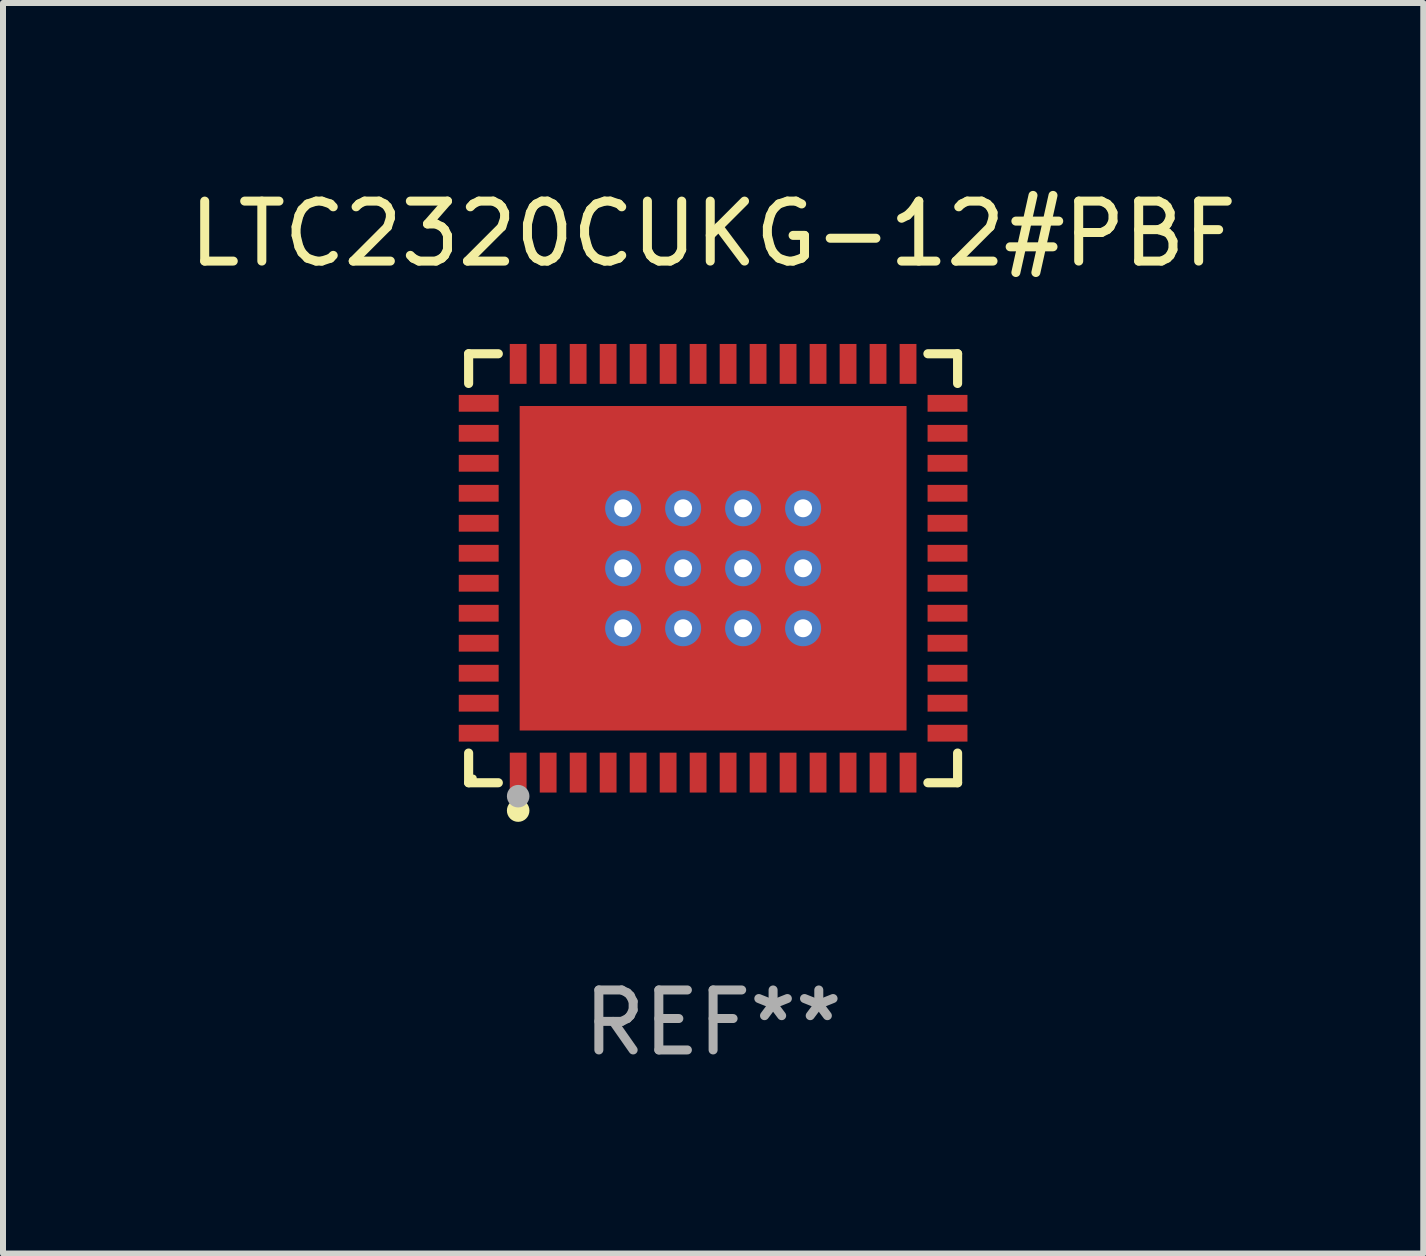
<source format=kicad_pcb>
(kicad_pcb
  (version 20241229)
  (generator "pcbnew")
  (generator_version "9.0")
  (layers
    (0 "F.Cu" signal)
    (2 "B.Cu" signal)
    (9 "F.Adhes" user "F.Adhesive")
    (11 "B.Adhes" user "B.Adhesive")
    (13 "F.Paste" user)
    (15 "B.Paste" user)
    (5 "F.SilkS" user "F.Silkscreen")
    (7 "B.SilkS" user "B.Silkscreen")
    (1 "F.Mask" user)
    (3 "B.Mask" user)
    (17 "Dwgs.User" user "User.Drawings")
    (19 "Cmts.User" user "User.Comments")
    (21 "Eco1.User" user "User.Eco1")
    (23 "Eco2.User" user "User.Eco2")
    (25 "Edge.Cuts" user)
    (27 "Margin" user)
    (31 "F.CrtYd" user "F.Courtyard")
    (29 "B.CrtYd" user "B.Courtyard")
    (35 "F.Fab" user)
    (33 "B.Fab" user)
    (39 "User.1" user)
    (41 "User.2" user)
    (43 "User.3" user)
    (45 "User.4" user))
  (footprint "LTC2320CUKG-12#PBF"
    (layer "F.Cu")
    (at 8.839 6.424)
    (property "Reference" "LTC2320CUKG-12#PBF" (at 0 -5.576 0) (layer "F.SilkS") (effects (font (size 1 1) (thickness 0.15))))
    (attr through_hole)
    (fp_line (start -4.076 -3.576) (end -3.581 -3.576) (stroke (width 0.152) (type solid)) (layer "F.SilkS"))
    (fp_line (start -4.076 -3.081) (end -4.076 -3.576) (stroke (width 0.152) (type solid)) (layer "F.SilkS"))
    (fp_line (start -4.076 3.081) (end -4.076 3.576) (stroke (width 0.152) (type solid)) (layer "F.SilkS"))
    (fp_line (start -4.076 3.576) (end -3.581 3.576) (stroke (width 0.152) (type solid)) (layer "F.SilkS"))
    (fp_line (start 4.076 -3.576) (end 3.581 -3.576) (stroke (width 0.152) (type solid)) (layer "F.SilkS"))
    (fp_line (start 4.076 -3.081) (end 4.076 -3.576) (stroke (width 0.152) (type solid)) (layer "F.SilkS"))
    (fp_line (start 4.076 3.081) (end 4.076 3.576) (stroke (width 0.152) (type solid)) (layer "F.SilkS"))
    (fp_line (start 4.076 3.576) (end 3.581 3.576) (stroke (width 0.152) (type solid)) (layer "F.SilkS"))
    (fp_circle (center -4 3.5) (end -3.97 3.5) (stroke (width 0.06) (type solid)) (fill no) (layer "F.SilkS"))
    (fp_circle (center -3.25 4.04) (end -3.156 4.04) (stroke (width 0.188) (type solid)) (fill no) (layer "F.SilkS"))
    (fp_circle (center -3.25 3.8) (end -3.156 3.8) (stroke (width 0.188) (type solid)) (fill no) (layer "F.Fab"))
    (fp_text user "REF**" (at 0 7.576 0) (layer "F.Fab") (effects (font (size 1 1) (thickness 0.15))))
    (pad "1" smd rect (at -3.25 3.407) (size 0.28 0.665) (layers "F.Cu" "F.Mask" "F.Paste"))
    (pad "2" smd rect (at -2.75 3.407) (size 0.28 0.665) (layers "F.Cu" "F.Mask" "F.Paste"))
    (pad "3" smd rect (at -2.25 3.407) (size 0.28 0.665) (layers "F.Cu" "F.Mask" "F.Paste"))
    (pad "4" smd rect (at -1.75 3.407) (size 0.28 0.665) (layers "F.Cu" "F.Mask" "F.Paste"))
    (pad "5" smd rect (at -1.25 3.407) (size 0.28 0.665) (layers "F.Cu" "F.Mask" "F.Paste"))
    (pad "6" smd rect (at -0.75 3.407) (size 0.28 0.665) (layers "F.Cu" "F.Mask" "F.Paste"))
    (pad "7" smd rect (at -0.25 3.407) (size 0.28 0.665) (layers "F.Cu" "F.Mask" "F.Paste"))
    (pad "8" smd rect (at 0.25 3.407) (size 0.28 0.665) (layers "F.Cu" "F.Mask" "F.Paste"))
    (pad "9" smd rect (at 0.75 3.407) (size 0.28 0.665) (layers "F.Cu" "F.Mask" "F.Paste"))
    (pad "10" smd rect (at 1.25 3.407) (size 0.28 0.665) (layers "F.Cu" "F.Mask" "F.Paste"))
    (pad "11" smd rect (at 1.75 3.407) (size 0.28 0.665) (layers "F.Cu" "F.Mask" "F.Paste"))
    (pad "12" smd rect (at 2.25 3.407) (size 0.28 0.665) (layers "F.Cu" "F.Mask" "F.Paste"))
    (pad "13" smd rect (at 2.75 3.407) (size 0.28 0.665) (layers "F.Cu" "F.Mask" "F.Paste"))
    (pad "14" smd rect (at 3.25 3.407) (size 0.28 0.665) (layers "F.Cu" "F.Mask" "F.Paste"))
    (pad "15" smd rect (at 3.908 2.75) (size 0.665 0.28) (layers "F.Cu" "F.Mask" "F.Paste"))
    (pad "16" smd rect (at 3.908 2.25) (size 0.665 0.28) (layers "F.Cu" "F.Mask" "F.Paste"))
    (pad "17" smd rect (at 3.908 1.75) (size 0.665 0.28) (layers "F.Cu" "F.Mask" "F.Paste"))
    (pad "18" smd rect (at 3.908 1.25) (size 0.665 0.28) (layers "F.Cu" "F.Mask" "F.Paste"))
    (pad "19" smd rect (at 3.908 0.75) (size 0.665 0.28) (layers "F.Cu" "F.Mask" "F.Paste"))
    (pad "20" smd rect (at 3.908 0.25) (size 0.665 0.28) (layers "F.Cu" "F.Mask" "F.Paste"))
    (pad "21" smd rect (at 3.908 -0.25) (size 0.665 0.28) (layers "F.Cu" "F.Mask" "F.Paste"))
    (pad "22" smd rect (at 3.908 -0.75) (size 0.665 0.28) (layers "F.Cu" "F.Mask" "F.Paste"))
    (pad "23" smd rect (at 3.908 -1.25) (size 0.665 0.28) (layers "F.Cu" "F.Mask" "F.Paste"))
    (pad "24" smd rect (at 3.908 -1.75) (size 0.665 0.28) (layers "F.Cu" "F.Mask" "F.Paste"))
    (pad "25" smd rect (at 3.908 -2.25) (size 0.665 0.28) (layers "F.Cu" "F.Mask" "F.Paste"))
    (pad "26" smd rect (at 3.908 -2.75) (size 0.665 0.28) (layers "F.Cu" "F.Mask" "F.Paste"))
    (pad "27" smd rect (at 3.25 -3.407) (size 0.28 0.665) (layers "F.Cu" "F.Mask" "F.Paste"))
    (pad "28" smd rect (at 2.75 -3.407) (size 0.28 0.665) (layers "F.Cu" "F.Mask" "F.Paste"))
    (pad "29" smd rect (at 2.25 -3.407) (size 0.28 0.665) (layers "F.Cu" "F.Mask" "F.Paste"))
    (pad "30" smd rect (at 1.75 -3.407) (size 0.28 0.665) (layers "F.Cu" "F.Mask" "F.Paste"))
    (pad "31" smd rect (at 1.25 -3.407) (size 0.28 0.665) (layers "F.Cu" "F.Mask" "F.Paste"))
    (pad "32" smd rect (at 0.75 -3.407) (size 0.28 0.665) (layers "F.Cu" "F.Mask" "F.Paste"))
    (pad "33" smd rect (at 0.25 -3.407) (size 0.28 0.665) (layers "F.Cu" "F.Mask" "F.Paste"))
    (pad "34" smd rect (at -0.25 -3.407) (size 0.28 0.665) (layers "F.Cu" "F.Mask" "F.Paste"))
    (pad "35" smd rect (at -0.75 -3.407) (size 0.28 0.665) (layers "F.Cu" "F.Mask" "F.Paste"))
    (pad "36" smd rect (at -1.25 -3.407) (size 0.28 0.665) (layers "F.Cu" "F.Mask" "F.Paste"))
    (pad "37" smd rect (at -1.75 -3.407) (size 0.28 0.665) (layers "F.Cu" "F.Mask" "F.Paste"))
    (pad "38" smd rect (at -2.25 -3.407) (size 0.28 0.665) (layers "F.Cu" "F.Mask" "F.Paste"))
    (pad "39" smd rect (at -2.75 -3.407) (size 0.28 0.665) (layers "F.Cu" "F.Mask" "F.Paste"))
    (pad "40" smd rect (at -3.25 -3.407) (size 0.28 0.665) (layers "F.Cu" "F.Mask" "F.Paste"))
    (pad "41" smd rect (at -3.908 -2.75) (size 0.665 0.28) (layers "F.Cu" "F.Mask" "F.Paste"))
    (pad "42" smd rect (at -3.908 -2.25) (size 0.665 0.28) (layers "F.Cu" "F.Mask" "F.Paste"))
    (pad "43" smd rect (at -3.908 -1.75) (size 0.665 0.28) (layers "F.Cu" "F.Mask" "F.Paste"))
    (pad "44" smd rect (at -3.908 -1.25) (size 0.665 0.28) (layers "F.Cu" "F.Mask" "F.Paste"))
    (pad "45" smd rect (at -3.908 -0.75) (size 0.665 0.28) (layers "F.Cu" "F.Mask" "F.Paste"))
    (pad "46" smd rect (at -3.908 -0.25) (size 0.665 0.28) (layers "F.Cu" "F.Mask" "F.Paste"))
    (pad "47" smd rect (at -3.908 0.25) (size 0.665 0.28) (layers "F.Cu" "F.Mask" "F.Paste"))
    (pad "48" smd rect (at -3.908 0.75) (size 0.665 0.28) (layers "F.Cu" "F.Mask" "F.Paste"))
    (pad "49" smd rect (at -3.908 1.25) (size 0.665 0.28) (layers "F.Cu" "F.Mask" "F.Paste"))
    (pad "50" smd rect (at -3.908 1.75) (size 0.665 0.28) (layers "F.Cu" "F.Mask" "F.Paste"))
    (pad "51" smd rect (at -3.908 2.25) (size 0.665 0.28) (layers "F.Cu" "F.Mask" "F.Paste"))
    (pad "52" smd rect (at -3.908 2.75) (size 0.665 0.28) (layers "F.Cu" "F.Mask" "F.Paste"))
    (pad "53" thru_hole circle (at -1.5 -1) (size 0.6 0.6) (drill 0.3) (layers "*.Cu" "*.Mask"))
    (pad "53" thru_hole circle (at -1.5 0) (size 0.6 0.6) (drill 0.3) (layers "*.Cu" "*.Mask"))
    (pad "53" thru_hole circle (at -1.5 1) (size 0.6 0.6) (drill 0.3) (layers "*.Cu" "*.Mask"))
    (pad "53" thru_hole circle (at -0.5 -1) (size 0.6 0.6) (drill 0.3) (layers "*.Cu" "*.Mask"))
    (pad "53" thru_hole circle (at -0.5 0) (size 0.6 0.6) (drill 0.3) (layers "*.Cu" "*.Mask"))
    (pad "53" thru_hole circle (at -0.5 1) (size 0.6 0.6) (drill 0.3) (layers "*.Cu" "*.Mask"))
    (pad "53" smd rect (at 0 0) (size 6.45 5.41) (layers "F.Cu" "F.Mask" "F.Paste"))
    (pad "53" thru_hole circle (at 0.5 -1) (size 0.6 0.6) (drill 0.3) (layers "*.Cu" "*.Mask"))
    (pad "53" thru_hole circle (at 0.5 0) (size 0.6 0.6) (drill 0.3) (layers "*.Cu" "*.Mask"))
    (pad "53" thru_hole circle (at 0.5 1) (size 0.6 0.6) (drill 0.3) (layers "*.Cu" "*.Mask"))
    (pad "53" thru_hole circle (at 1.5 -1) (size 0.6 0.6) (drill 0.3) (layers "*.Cu" "*.Mask"))
    (pad "53" thru_hole circle (at 1.5 0) (size 0.6 0.6) (drill 0.3) (layers "*.Cu" "*.Mask"))
    (pad "53" thru_hole circle (at 1.5 1) (size 0.6 0.6) (drill 0.3) (layers "*.Cu" "*.Mask")))
  (gr_rect
    (start -3 -3)
    (end 20.679 17.849)
    (stroke (width 0.1) (type default))
    (fill no)
    (layer "Edge.Cuts")))
</source>
